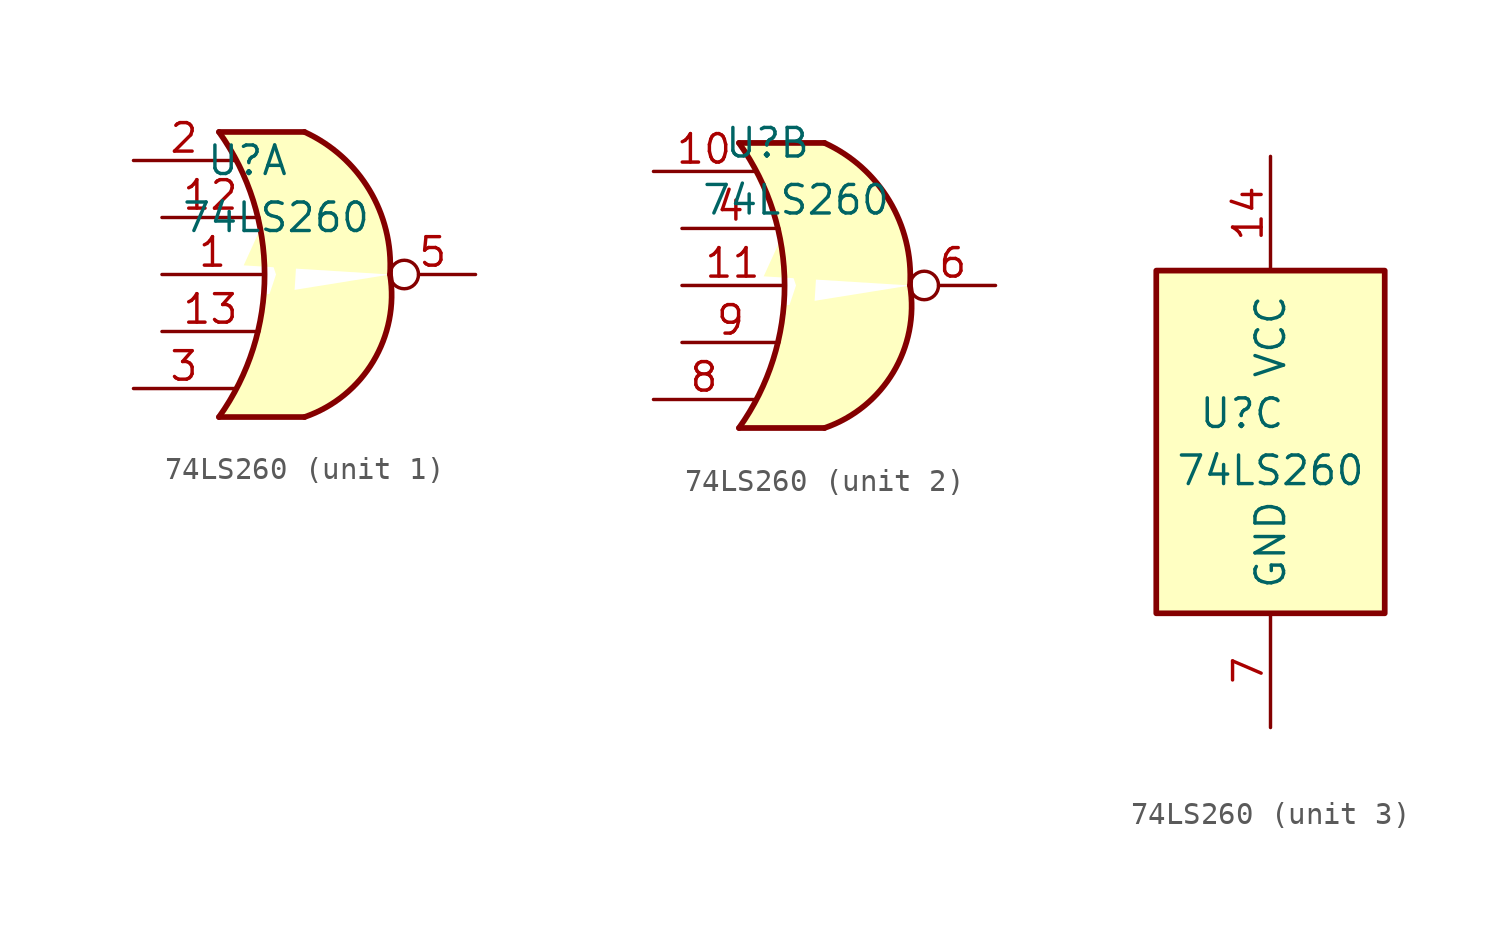
<source format=kicad_sym>
(kicad_symbol_lib
  (version 20220914)
  (generator kicad_symbol_editor)
  (symbol "74LS260"
    (pin_names
      (offset 1.016))
    (property "Reference" "U"
      (at -2.54 5.08 0)
      (effects (font (size 1.27 1.27))))
    (property "Value" "74LS260"
      (at -1.27 2.54 0)
      (effects (font (size 1.27 1.27))))
    (property "ki_locked" ""
      (at 0 0 0)
      (effects (font (size 1.27 1.27))))
    (symbol "74LS260_1_1"
      (arc (start -3.81 -6.35) (mid -1.7774 0) (end -3.81 6.35) (stroke (width 0.254) (type default)) (fill (type none)))
      (arc (start 0 -6.35) (mid 3.0636 -3.8702) (end 3.81 0) (stroke (width 0.254) (type default)) (fill (type color) (color 255 255 194 1)))
      (polyline (pts (xy -3.81 -6.35) (xy 0 -6.35)) (stroke (width 0.254) (type default)) (fill (type background)))
      (polyline (pts (xy -3.81 6.35) (xy 0 6.35)) (stroke (width 0.254) (type default)) (fill (type background)))
      (polyline (pts (xy 0 6.35) (xy -3.81 6.35) (xy -2.54 3.81) (xy -2.54 3.81) (xy -2.54 3.81) (xy -2.54 2.54) (xy -2.54 3.81) (xy -1.27 0) (xy -2.54 -3.81) (xy -3.81 -6.35) (xy 0 -6.35) (xy -0.635 -3.81)) (stroke (width -0.0001) (type default)) (fill (type color) (color 255 255 194 1)))
      (arc (start 3.81 0) (mid 2.8917 3.767) (end 0 6.35) (stroke (width 0.254) (type default)) (fill (type background)))
      (pin input line (at -6.35 0 0) (length 4.5) (name "~" (effects (font (size 1.27 1.27)))) (number "1" (effects (font (size 1.27 1.27)))))
      (pin input line (at -6.35 2.54 0) (length 4.318) (name "~" (effects (font (size 1.27 1.27)))) (number "12" (effects (font (size 1.27 1.27)))))
      (pin input line (at -6.35 -2.54 0) (length 4.318) (name "~" (effects (font (size 1.27 1.27)))) (number "13" (effects (font (size 1.27 1.27)))))
      (pin input line (at -7.62 5.08 0) (length 4.5) (name "~" (effects (font (size 1.27 1.27)))) (number "2" (effects (font (size 1.27 1.27)))))
      (pin input line (at -7.62 -5.08 0) (length 4.5) (name "~" (effects (font (size 1.27 1.27)))) (number "3" (effects (font (size 1.27 1.27)))))
      (pin output inverted (at 7.62 0 180) (length 3.81) (name "~" (effects (font (size 1.27 1.27)))) (number "5" (effects (font (size 1.27 1.27))))))
    (symbol "74LS260_2_1"
      (arc (start -3.81 -7.62) (mid -1.7774 -1.27) (end -3.81 5.08) (stroke (width 0.254) (type default)) (fill (type none)))
      (arc (start 0 -7.62) (mid 3.0636 -5.1402) (end 3.81 -1.27) (stroke (width 0.254) (type default)) (fill (type color) (color 255 255 194 1)))
      (polyline (pts (xy -3.81 -7.62) (xy 0 -7.62)) (stroke (width 0.254) (type default)) (fill (type background)))
      (polyline (pts (xy -3.81 5.08) (xy 0 5.08)) (stroke (width 0.254) (type default)) (fill (type background)))
      (polyline (pts (xy 0 5.08) (xy -3.81 5.08) (xy -2.54 2.54) (xy -2.54 2.54) (xy -2.54 2.54) (xy -2.54 1.27) (xy -2.54 2.54) (xy -1.27 -1.27) (xy -2.54 -5.08) (xy -3.81 -7.62) (xy 0 -7.62) (xy -0.635 -5.08)) (stroke (width -0.0001) (type default)) (fill (type color) (color 255 255 194 1)))
      (arc (start 3.81 -1.27) (mid 2.8917 2.497) (end 0 5.08) (stroke (width 0.254) (type default)) (fill (type background)))
      (pin input line (at -7.62 3.81 0) (length 4.5) (name "~" (effects (font (size 1.27 1.27)))) (number "10" (effects (font (size 1.27 1.27)))))
      (pin input line (at -6.35 -1.27 0) (length 4.5) (name "~" (effects (font (size 1.27 1.27)))) (number "11" (effects (font (size 1.27 1.27)))))
      (pin input line (at -6.35 1.27 0) (length 4.318) (name "~" (effects (font (size 1.27 1.27)))) (number "4" (effects (font (size 1.27 1.27)))))
      (pin output inverted (at 7.62 -1.27 180) (length 3.81) (name "~" (effects (font (size 1.27 1.27)))) (number "6" (effects (font (size 1.27 1.27)))))
      (pin input line (at -7.62 -6.35 0) (length 4.5) (name "~" (effects (font (size 1.27 1.27)))) (number "8" (effects (font (size 1.27 1.27)))))
      (pin input line (at -6.35 -3.81 0) (length 4.318) (name "~" (effects (font (size 1.27 1.27)))) (number "9" (effects (font (size 1.27 1.27))))))
    (symbol "74LS260_3_0"
      (pin power_in line (at -1.27 16.51 270) (length 5.08) (name "VCC" (effects (font (size 1.27 1.27)))) (number "14" (effects (font (size 1.27 1.27)))))
      (pin power_in line (at -1.27 -8.89 90) (length 5.08) (name "GND" (effects (font (size 1.27 1.27)))) (number "7" (effects (font (size 1.27 1.27))))))
    (symbol "74LS260_3_1"
      (rectangle (start -6.35 11.43) (end 3.81 -3.81) (stroke (width 0.254) (type default)) (fill (type background))))))
</source>
